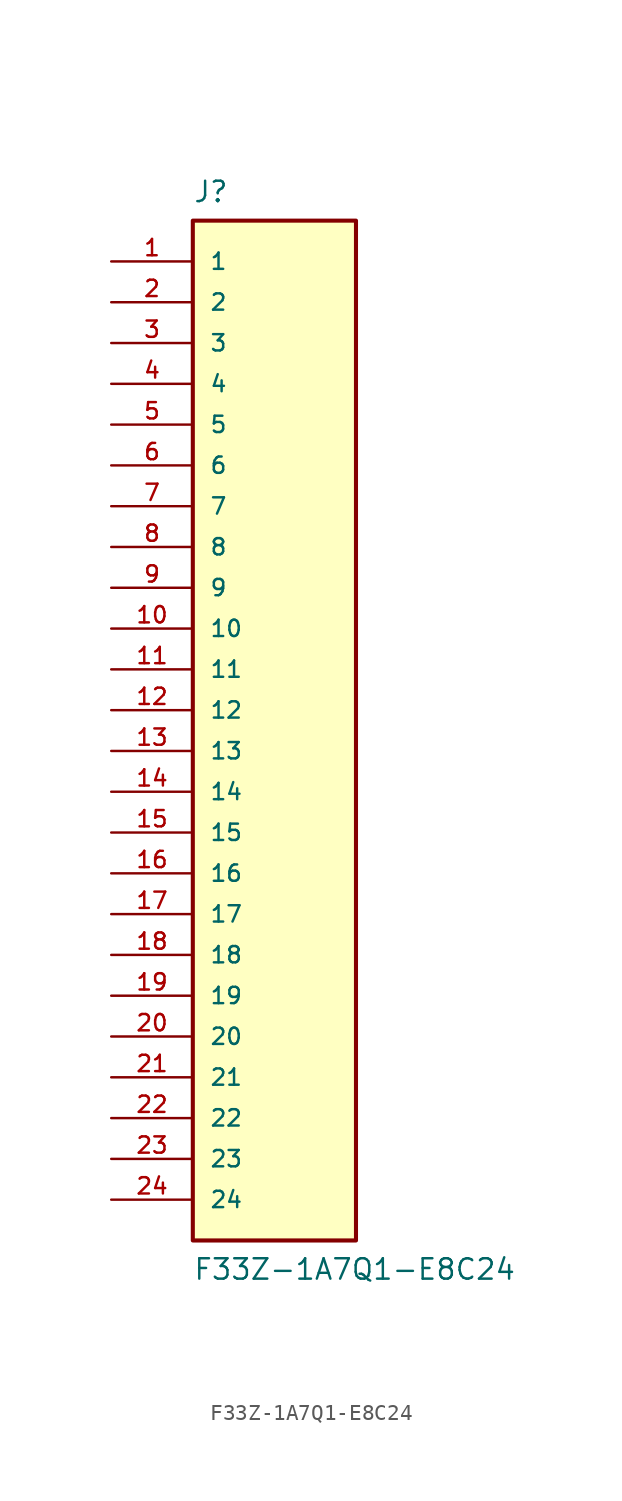
<source format=kicad_sym>
(kicad_symbol_lib
  (version 20211014)
  (generator kicad_symbol_editor)
  (symbol "F33Z-1A7Q1-E8C24"
    (pin_names
      (offset 1.016))
    (property "Reference" "J"
      (at -5.08 33.02 0)
      (effects (font (size 1.27 1.27)) (justify top left)))
    (property "Value" "F33Z-1A7Q1-E8C24"
      (at -5.08 -35.56 0)
      (effects (font (size 1.27 1.27)) (justify bottom left)))
    (symbol "F33Z-1A7Q1-E8C24_0_0"
      (rectangle (start -5.08 -33.02) (end 5.08 30.48) (stroke (width 0.254)) (fill (type background)))
      (pin passive line (at -10.16 27.94 0) (length 5.08) (name "1" (effects (font (size 1.016 1.016)))) (number "1" (effects (font (size 1.016 1.016)))))
      (pin passive line (at -10.16 25.4 0) (length 5.08) (name "2" (effects (font (size 1.016 1.016)))) (number "2" (effects (font (size 1.016 1.016)))))
      (pin passive line (at -10.16 22.86 0) (length 5.08) (name "3" (effects (font (size 1.016 1.016)))) (number "3" (effects (font (size 1.016 1.016)))))
      (pin passive line (at -10.16 20.32 0) (length 5.08) (name "4" (effects (font (size 1.016 1.016)))) (number "4" (effects (font (size 1.016 1.016)))))
      (pin passive line (at -10.16 17.78 0) (length 5.08) (name "5" (effects (font (size 1.016 1.016)))) (number "5" (effects (font (size 1.016 1.016)))))
      (pin passive line (at -10.16 15.24 0) (length 5.08) (name "6" (effects (font (size 1.016 1.016)))) (number "6" (effects (font (size 1.016 1.016)))))
      (pin passive line (at -10.16 12.7 0) (length 5.08) (name "7" (effects (font (size 1.016 1.016)))) (number "7" (effects (font (size 1.016 1.016)))))
      (pin passive line (at -10.16 10.16 0) (length 5.08) (name "8" (effects (font (size 1.016 1.016)))) (number "8" (effects (font (size 1.016 1.016)))))
      (pin passive line (at -10.16 7.62 0) (length 5.08) (name "9" (effects (font (size 1.016 1.016)))) (number "9" (effects (font (size 1.016 1.016)))))
      (pin passive line (at -10.16 5.08 0) (length 5.08) (name "10" (effects (font (size 1.016 1.016)))) (number "10" (effects (font (size 1.016 1.016)))))
      (pin passive line (at -10.16 2.54 0) (length 5.08) (name "11" (effects (font (size 1.016 1.016)))) (number "11" (effects (font (size 1.016 1.016)))))
      (pin passive line (at -10.16 0.0 0) (length 5.08) (name "12" (effects (font (size 1.016 1.016)))) (number "12" (effects (font (size 1.016 1.016)))))
      (pin passive line (at -10.16 -2.54 0) (length 5.08) (name "13" (effects (font (size 1.016 1.016)))) (number "13" (effects (font (size 1.016 1.016)))))
      (pin passive line (at -10.16 -5.08 0) (length 5.08) (name "14" (effects (font (size 1.016 1.016)))) (number "14" (effects (font (size 1.016 1.016)))))
      (pin passive line (at -10.16 -7.62 0) (length 5.08) (name "15" (effects (font (size 1.016 1.016)))) (number "15" (effects (font (size 1.016 1.016)))))
      (pin passive line (at -10.16 -10.16 0) (length 5.08) (name "16" (effects (font (size 1.016 1.016)))) (number "16" (effects (font (size 1.016 1.016)))))
      (pin passive line (at -10.16 -12.7 0) (length 5.08) (name "17" (effects (font (size 1.016 1.016)))) (number "17" (effects (font (size 1.016 1.016)))))
      (pin passive line (at -10.16 -15.24 0) (length 5.08) (name "18" (effects (font (size 1.016 1.016)))) (number "18" (effects (font (size 1.016 1.016)))))
      (pin passive line (at -10.16 -17.78 0) (length 5.08) (name "19" (effects (font (size 1.016 1.016)))) (number "19" (effects (font (size 1.016 1.016)))))
      (pin passive line (at -10.16 -20.32 0) (length 5.08) (name "20" (effects (font (size 1.016 1.016)))) (number "20" (effects (font (size 1.016 1.016)))))
      (pin passive line (at -10.16 -22.86 0) (length 5.08) (name "21" (effects (font (size 1.016 1.016)))) (number "21" (effects (font (size 1.016 1.016)))))
      (pin passive line (at -10.16 -25.4 0) (length 5.08) (name "22" (effects (font (size 1.016 1.016)))) (number "22" (effects (font (size 1.016 1.016)))))
      (pin passive line (at -10.16 -27.94 0) (length 5.08) (name "23" (effects (font (size 1.016 1.016)))) (number "23" (effects (font (size 1.016 1.016)))))
      (pin passive line (at -10.16 -30.48 0) (length 5.08) (name "24" (effects (font (size 1.016 1.016)))) (number "24" (effects (font (size 1.016 1.016))))))))
</source>
